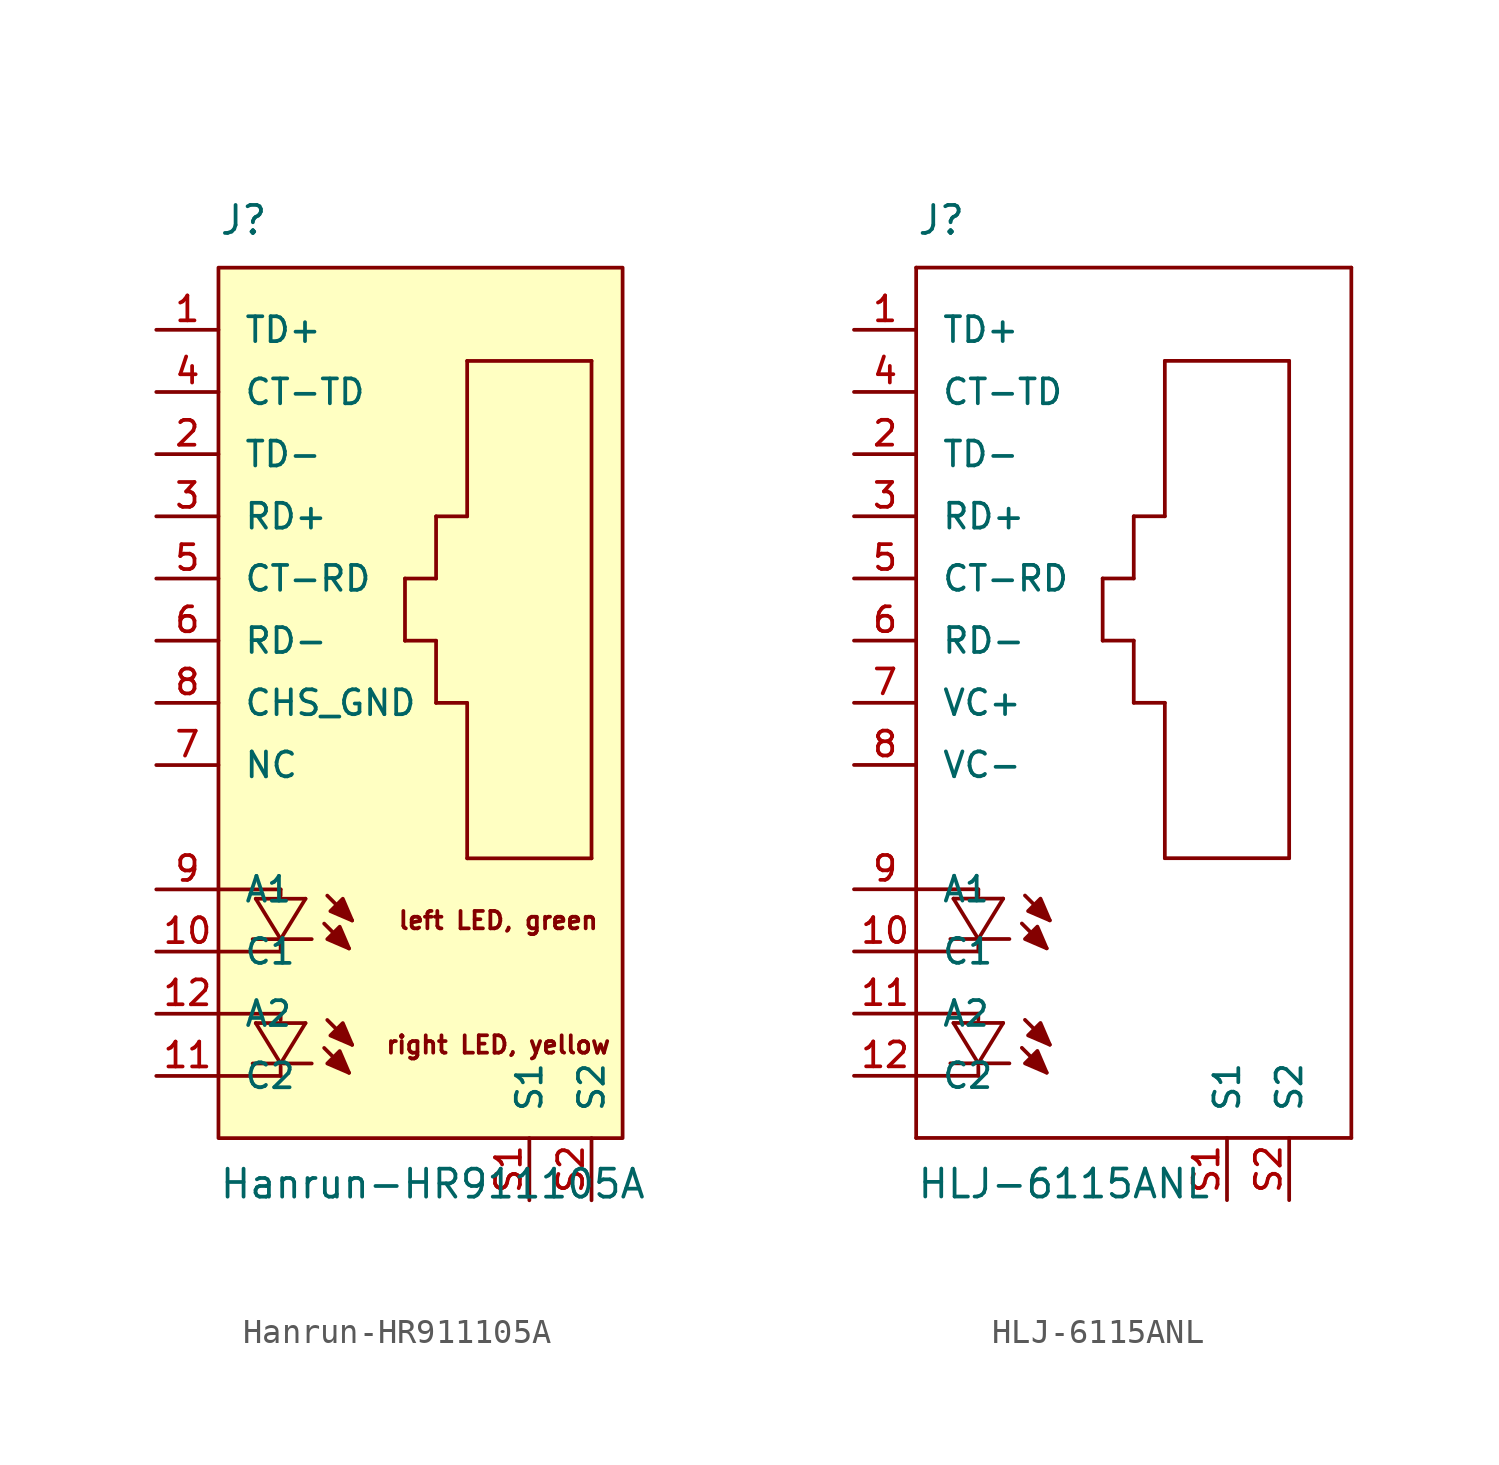
<source format=kicad_sym>
(kicad_symbol_lib
  (version 20220914)
  (generator kicad_symbol_editor)
  (symbol "Hanrun-HR911105A"
    (pin_names
      (offset 1.016))
    (property "Reference" "J"
      (at -7.62 21.59 0)
      (effects (font (size 1.143 1.143)) (justify left bottom)))
    (property "Value" "Hanrun-HR911105A"
      (at -7.62 -17.78 0)
      (effects (font (size 1.143 1.143)) (justify left bottom)))
    (symbol "Hanrun-HR911105A_0_0"
      (text "left LED, green" (at 3.81 -6.35 0) (effects (font (size 0.711 0.711))))
      (text "right LED, yellow" (at 3.81 -11.43 0) (effects (font (size 0.711 0.711)))))
    (symbol "Hanrun-HR911105A_1_0"
      (rectangle (start -7.62 20.32) (end 8.89 -15.24) (stroke (width 0) (type default)) (fill (type background)))
      (polyline (pts (xy -7.62 -10.16) (xy -5.08 -10.16)) (stroke (width 0) (type default)) (fill (type none)))
      (polyline (pts (xy -7.62 -5.08) (xy -5.08 -5.08)) (stroke (width 0) (type default)) (fill (type none)))
      (polyline (pts (xy -6.223 -12.192) (xy -5.08 -12.192)) (stroke (width 0) (type default)) (fill (type none)))
      (polyline (pts (xy -6.223 -7.112) (xy -5.08 -7.112)) (stroke (width 0) (type default)) (fill (type none)))
      (polyline (pts (xy -6.096 -10.541) (xy -5.08 -12.192)) (stroke (width 0) (type default)) (fill (type none)))
      (polyline (pts (xy -6.096 -10.541) (xy -4.064 -10.541)) (stroke (width 0) (type default)) (fill (type none)))
      (polyline (pts (xy -6.096 -5.461) (xy -5.08 -7.112)) (stroke (width 0) (type default)) (fill (type none)))
      (polyline (pts (xy -6.096 -5.461) (xy -4.064 -5.461)) (stroke (width 0) (type default)) (fill (type none)))
      (polyline (pts (xy -5.08 -12.7) (xy -7.62 -12.7)) (stroke (width 0) (type default)) (fill (type none)))
      (polyline (pts (xy -5.08 -12.319) (xy -5.08 -12.7)) (stroke (width 0) (type default)) (fill (type none)))
      (polyline (pts (xy -5.08 -12.192) (xy -4.064 -10.541)) (stroke (width 0) (type default)) (fill (type none)))
      (polyline (pts (xy -5.08 -12.192) (xy -3.81 -12.192)) (stroke (width 0) (type default)) (fill (type none)))
      (polyline (pts (xy -5.08 -10.16) (xy -5.08 -10.414)) (stroke (width 0) (type default)) (fill (type none)))
      (polyline (pts (xy -5.08 -7.62) (xy -7.62 -7.62)) (stroke (width 0) (type default)) (fill (type none)))
      (polyline (pts (xy -5.08 -7.239) (xy -5.08 -7.62)) (stroke (width 0) (type default)) (fill (type none)))
      (polyline (pts (xy -5.08 -7.112) (xy -4.064 -5.461)) (stroke (width 0) (type default)) (fill (type none)))
      (polyline (pts (xy -5.08 -7.112) (xy -3.81 -7.112)) (stroke (width 0) (type default)) (fill (type none)))
      (polyline (pts (xy -5.08 -5.08) (xy -5.08 -5.334)) (stroke (width 0) (type default)) (fill (type none)))
      (polyline (pts (xy -3.302 -11.557) (xy -2.286 -12.573)) (stroke (width 0) (type default)) (fill (type none)))
      (polyline (pts (xy -3.302 -6.477) (xy -2.286 -7.493)) (stroke (width 0) (type default)) (fill (type none)))
      (polyline (pts (xy -3.175 -10.414) (xy -2.159 -11.43)) (stroke (width 0) (type default)) (fill (type none)))
      (polyline (pts (xy -3.175 -5.334) (xy -2.159 -6.35)) (stroke (width 0) (type default)) (fill (type none)))
      (polyline (pts (xy 0 5.08) (xy 1.27 5.08)) (stroke (width 0) (type default)) (fill (type none)))
      (polyline (pts (xy 0 7.62) (xy 0 5.08)) (stroke (width 0) (type default)) (fill (type none)))
      (polyline (pts (xy 1.27 2.54) (xy 2.54 2.54)) (stroke (width 0) (type default)) (fill (type none)))
      (polyline (pts (xy 1.27 5.08) (xy 1.27 2.54)) (stroke (width 0) (type default)) (fill (type none)))
      (polyline (pts (xy 1.27 7.62) (xy 0 7.62)) (stroke (width 0) (type default)) (fill (type none)))
      (polyline (pts (xy 1.27 10.16) (xy 1.27 7.62)) (stroke (width 0) (type default)) (fill (type none)))
      (polyline (pts (xy 2.54 -3.81) (xy 7.62 -3.81)) (stroke (width 0) (type default)) (fill (type none)))
      (polyline (pts (xy 2.54 2.54) (xy 2.54 -3.81)) (stroke (width 0) (type default)) (fill (type none)))
      (polyline (pts (xy 2.54 10.16) (xy 1.27 10.16)) (stroke (width 0) (type default)) (fill (type none)))
      (polyline (pts (xy 2.54 16.51) (xy 2.54 10.16)) (stroke (width 0) (type default)) (fill (type none)))
      (polyline (pts (xy 7.62 -3.81) (xy 7.62 16.51)) (stroke (width 0) (type default)) (fill (type none)))
      (polyline (pts (xy 7.62 16.51) (xy 2.54 16.51)) (stroke (width 0) (type default)) (fill (type none))))
    (symbol "Hanrun-HR911105A_1_1"
      (polyline (pts (xy -2.286 -12.573) (xy -2.667 -11.684) (xy -2.667 -11.684) (xy -3.175 -12.192) (xy -3.175 -12.192) (xy -2.286 -12.573)) (stroke (width 0) (type default)) (fill (type outline)))
      (polyline (pts (xy -2.286 -7.493) (xy -2.667 -6.604) (xy -2.667 -6.604) (xy -3.175 -7.112) (xy -3.175 -7.112) (xy -2.286 -7.493)) (stroke (width 0) (type default)) (fill (type outline)))
      (polyline (pts (xy -2.159 -11.43) (xy -2.54 -10.541) (xy -2.54 -10.541) (xy -3.048 -11.049) (xy -3.048 -11.049) (xy -2.159 -11.43)) (stroke (width 0) (type default)) (fill (type outline)))
      (polyline (pts (xy -2.159 -6.35) (xy -2.54 -5.461) (xy -2.54 -5.461) (xy -3.048 -5.969) (xy -3.048 -5.969) (xy -2.159 -6.35)) (stroke (width 0) (type default)) (fill (type outline)))
      (pin passive line (at -10.16 17.78 0) (length 2.54) (name "TD+" (effects (font (size 1.016 1.016)))) (number "1" (effects (font (size 1.016 1.016)))))
      (pin passive line (at -10.16 -7.62 0) (length 2.54) (name "C1" (effects (font (size 1.016 1.016)))) (number "10" (effects (font (size 1.016 1.016)))))
      (pin passive line (at -10.16 -12.7 0) (length 2.54) (name "C2" (effects (font (size 1.016 1.016)))) (number "11" (effects (font (size 1.016 1.016)))))
      (pin passive line (at -10.16 -10.16 0) (length 2.54) (name "A2" (effects (font (size 1.016 1.016)))) (number "12" (effects (font (size 1.016 1.016)))))
      (pin passive line (at -10.16 12.7 0) (length 2.54) (name "TD-" (effects (font (size 1.016 1.016)))) (number "2" (effects (font (size 1.016 1.016)))))
      (pin passive line (at -10.16 10.16 0) (length 2.54) (name "RD+" (effects (font (size 1.016 1.016)))) (number "3" (effects (font (size 1.016 1.016)))))
      (pin passive line (at -10.16 15.24 0) (length 2.54) (name "CT-TD" (effects (font (size 1.016 1.016)))) (number "4" (effects (font (size 1.016 1.016)))))
      (pin passive line (at -10.16 7.62 0) (length 2.54) (name "CT-RD" (effects (font (size 1.016 1.016)))) (number "5" (effects (font (size 1.016 1.016)))))
      (pin passive line (at -10.16 5.08 0) (length 2.54) (name "RD-" (effects (font (size 1.016 1.016)))) (number "6" (effects (font (size 1.016 1.016)))))
      (pin passive line (at -10.16 0 0) (length 2.54) (name "NC" (effects (font (size 1.016 1.016)))) (number "7" (effects (font (size 1.016 1.016)))))
      (pin passive line (at -10.16 2.54 0) (length 2.54) (name "CHS_GND" (effects (font (size 1.016 1.016)))) (number "8" (effects (font (size 1.016 1.016)))))
      (pin passive line (at -10.16 -5.08 0) (length 2.54) (name "A1" (effects (font (size 1.016 1.016)))) (number "9" (effects (font (size 1.016 1.016)))))
      (pin passive line (at 5.08 -17.78 90) (length 2.54) (name "S1" (effects (font (size 1.016 1.016)))) (number "S1" (effects (font (size 1.016 1.016)))))
      (pin passive line (at 7.62 -17.78 90) (length 2.54) (name "S2" (effects (font (size 1.016 1.016)))) (number "S2" (effects (font (size 1.016 1.016)))))))
  (symbol "HLJ-6115ANL"
    (pin_names
      (offset 1.016))
    (property "Reference" "J"
      (at -7.62 21.59 0)
      (effects (font (size 1.143 1.143)) (justify left bottom)))
    (property "Value" "HLJ-6115ANL"
      (at -7.62 -17.78 0)
      (effects (font (size 1.143 1.143)) (justify left bottom)))
    (property "ki_locked" ""
      (at 0 0 0)
      (effects (font (size 1.27 1.27))))
    (symbol "HLJ-6115ANL_1_0"
      (polyline (pts (xy -7.62 -15.24) (xy 10.16 -15.24)) (stroke (width 0) (type default)) (fill (type none)))
      (polyline (pts (xy -7.62 -10.16) (xy -5.08 -10.16)) (stroke (width 0) (type default)) (fill (type none)))
      (polyline (pts (xy -7.62 -7.62) (xy -7.62 -15.24)) (stroke (width 0) (type default)) (fill (type none)))
      (polyline (pts (xy -7.62 -5.08) (xy -7.62 -7.62)) (stroke (width 0) (type default)) (fill (type none)))
      (polyline (pts (xy -7.62 -5.08) (xy -5.08 -5.08)) (stroke (width 0) (type default)) (fill (type none)))
      (polyline (pts (xy -7.62 20.32) (xy -7.62 -5.08)) (stroke (width 0) (type default)) (fill (type none)))
      (polyline (pts (xy -6.223 -12.192) (xy -5.08 -12.192)) (stroke (width 0) (type default)) (fill (type none)))
      (polyline (pts (xy -6.223 -7.112) (xy -5.08 -7.112)) (stroke (width 0) (type default)) (fill (type none)))
      (polyline (pts (xy -6.096 -10.541) (xy -5.08 -12.192)) (stroke (width 0) (type default)) (fill (type none)))
      (polyline (pts (xy -6.096 -10.541) (xy -4.064 -10.541)) (stroke (width 0) (type default)) (fill (type none)))
      (polyline (pts (xy -6.096 -5.461) (xy -5.08 -7.112)) (stroke (width 0) (type default)) (fill (type none)))
      (polyline (pts (xy -6.096 -5.461) (xy -4.064 -5.461)) (stroke (width 0) (type default)) (fill (type none)))
      (polyline (pts (xy -5.08 -12.7) (xy -7.62 -12.7)) (stroke (width 0) (type default)) (fill (type none)))
      (polyline (pts (xy -5.08 -12.319) (xy -5.08 -12.7)) (stroke (width 0) (type default)) (fill (type none)))
      (polyline (pts (xy -5.08 -12.192) (xy -4.064 -10.541)) (stroke (width 0) (type default)) (fill (type none)))
      (polyline (pts (xy -5.08 -12.192) (xy -3.81 -12.192)) (stroke (width 0) (type default)) (fill (type none)))
      (polyline (pts (xy -5.08 -10.16) (xy -5.08 -10.414)) (stroke (width 0) (type default)) (fill (type none)))
      (polyline (pts (xy -5.08 -7.62) (xy -7.62 -7.62)) (stroke (width 0) (type default)) (fill (type none)))
      (polyline (pts (xy -5.08 -7.239) (xy -5.08 -7.62)) (stroke (width 0) (type default)) (fill (type none)))
      (polyline (pts (xy -5.08 -7.112) (xy -4.064 -5.461)) (stroke (width 0) (type default)) (fill (type none)))
      (polyline (pts (xy -5.08 -7.112) (xy -3.81 -7.112)) (stroke (width 0) (type default)) (fill (type none)))
      (polyline (pts (xy -5.08 -5.08) (xy -5.08 -5.334)) (stroke (width 0) (type default)) (fill (type none)))
      (polyline (pts (xy -3.302 -11.557) (xy -2.286 -12.573)) (stroke (width 0) (type default)) (fill (type none)))
      (polyline (pts (xy -3.302 -6.477) (xy -2.286 -7.493)) (stroke (width 0) (type default)) (fill (type none)))
      (polyline (pts (xy -3.175 -10.414) (xy -2.159 -11.43)) (stroke (width 0) (type default)) (fill (type none)))
      (polyline (pts (xy -3.175 -5.334) (xy -2.159 -6.35)) (stroke (width 0) (type default)) (fill (type none)))
      (polyline (pts (xy 0 5.08) (xy 1.27 5.08)) (stroke (width 0) (type default)) (fill (type none)))
      (polyline (pts (xy 0 7.62) (xy 0 5.08)) (stroke (width 0) (type default)) (fill (type none)))
      (polyline (pts (xy 1.27 2.54) (xy 2.54 2.54)) (stroke (width 0) (type default)) (fill (type none)))
      (polyline (pts (xy 1.27 5.08) (xy 1.27 2.54)) (stroke (width 0) (type default)) (fill (type none)))
      (polyline (pts (xy 1.27 7.62) (xy 0 7.62)) (stroke (width 0) (type default)) (fill (type none)))
      (polyline (pts (xy 1.27 10.16) (xy 1.27 7.62)) (stroke (width 0) (type default)) (fill (type none)))
      (polyline (pts (xy 2.54 -3.81) (xy 7.62 -3.81)) (stroke (width 0) (type default)) (fill (type none)))
      (polyline (pts (xy 2.54 2.54) (xy 2.54 -3.81)) (stroke (width 0) (type default)) (fill (type none)))
      (polyline (pts (xy 2.54 10.16) (xy 1.27 10.16)) (stroke (width 0) (type default)) (fill (type none)))
      (polyline (pts (xy 2.54 16.51) (xy 2.54 10.16)) (stroke (width 0) (type default)) (fill (type none)))
      (polyline (pts (xy 7.62 -3.81) (xy 7.62 16.51)) (stroke (width 0) (type default)) (fill (type none)))
      (polyline (pts (xy 7.62 16.51) (xy 2.54 16.51)) (stroke (width 0) (type default)) (fill (type none)))
      (polyline (pts (xy 10.16 -15.24) (xy 10.16 20.32)) (stroke (width 0) (type default)) (fill (type none)))
      (polyline (pts (xy 10.16 20.32) (xy -7.62 20.32)) (stroke (width 0) (type default)) (fill (type none))))
    (symbol "HLJ-6115ANL_1_1"
      (polyline (pts (xy -2.286 -12.573) (xy -2.667 -11.684) (xy -2.667 -11.684) (xy -3.175 -12.192) (xy -3.175 -12.192) (xy -2.286 -12.573)) (stroke (width 0) (type default)) (fill (type outline)))
      (polyline (pts (xy -2.286 -7.493) (xy -2.667 -6.604) (xy -2.667 -6.604) (xy -3.175 -7.112) (xy -3.175 -7.112) (xy -2.286 -7.493)) (stroke (width 0) (type default)) (fill (type outline)))
      (polyline (pts (xy -2.159 -11.43) (xy -2.54 -10.541) (xy -2.54 -10.541) (xy -3.048 -11.049) (xy -3.048 -11.049) (xy -2.159 -11.43)) (stroke (width 0) (type default)) (fill (type outline)))
      (polyline (pts (xy -2.159 -6.35) (xy -2.54 -5.461) (xy -2.54 -5.461) (xy -3.048 -5.969) (xy -3.048 -5.969) (xy -2.159 -6.35)) (stroke (width 0) (type default)) (fill (type outline)))
      (pin passive line (at -10.16 17.78 0) (length 2.54) (name "TD+" (effects (font (size 1.016 1.016)))) (number "1" (effects (font (size 1.016 1.016)))))
      (pin passive line (at -10.16 -7.62 0) (length 2.54) (name "C1" (effects (font (size 1.016 1.016)))) (number "10" (effects (font (size 1.016 1.016)))))
      (pin passive line (at -10.16 -10.16 0) (length 2.54) (name "A2" (effects (font (size 1.016 1.016)))) (number "11" (effects (font (size 1.016 1.016)))))
      (pin passive line (at -10.16 -12.7 0) (length 2.54) (name "C2" (effects (font (size 1.016 1.016)))) (number "12" (effects (font (size 1.016 1.016)))))
      (pin passive line (at -10.16 12.7 0) (length 2.54) (name "TD-" (effects (font (size 1.016 1.016)))) (number "2" (effects (font (size 1.016 1.016)))))
      (pin passive line (at -10.16 10.16 0) (length 2.54) (name "RD+" (effects (font (size 1.016 1.016)))) (number "3" (effects (font (size 1.016 1.016)))))
      (pin passive line (at -10.16 15.24 0) (length 2.54) (name "CT-TD" (effects (font (size 1.016 1.016)))) (number "4" (effects (font (size 1.016 1.016)))))
      (pin passive line (at -10.16 7.62 0) (length 2.54) (name "CT-RD" (effects (font (size 1.016 1.016)))) (number "5" (effects (font (size 1.016 1.016)))))
      (pin passive line (at -10.16 5.08 0) (length 2.54) (name "RD-" (effects (font (size 1.016 1.016)))) (number "6" (effects (font (size 1.016 1.016)))))
      (pin passive line (at -10.16 2.54 0) (length 2.54) (name "VC+" (effects (font (size 1.016 1.016)))) (number "7" (effects (font (size 1.016 1.016)))))
      (pin passive line (at -10.16 0 0) (length 2.54) (name "VC-" (effects (font (size 1.016 1.016)))) (number "8" (effects (font (size 1.016 1.016)))))
      (pin passive line (at -10.16 -5.08 0) (length 2.54) (name "A1" (effects (font (size 1.016 1.016)))) (number "9" (effects (font (size 1.016 1.016)))))
      (pin passive line (at 5.08 -17.78 90) (length 2.54) (name "S1" (effects (font (size 1.016 1.016)))) (number "S1" (effects (font (size 1.016 1.016)))))
      (pin passive line (at 7.62 -17.78 90) (length 2.54) (name "S2" (effects (font (size 1.016 1.016)))) (number "S2" (effects (font (size 1.016 1.016))))))))
</source>
